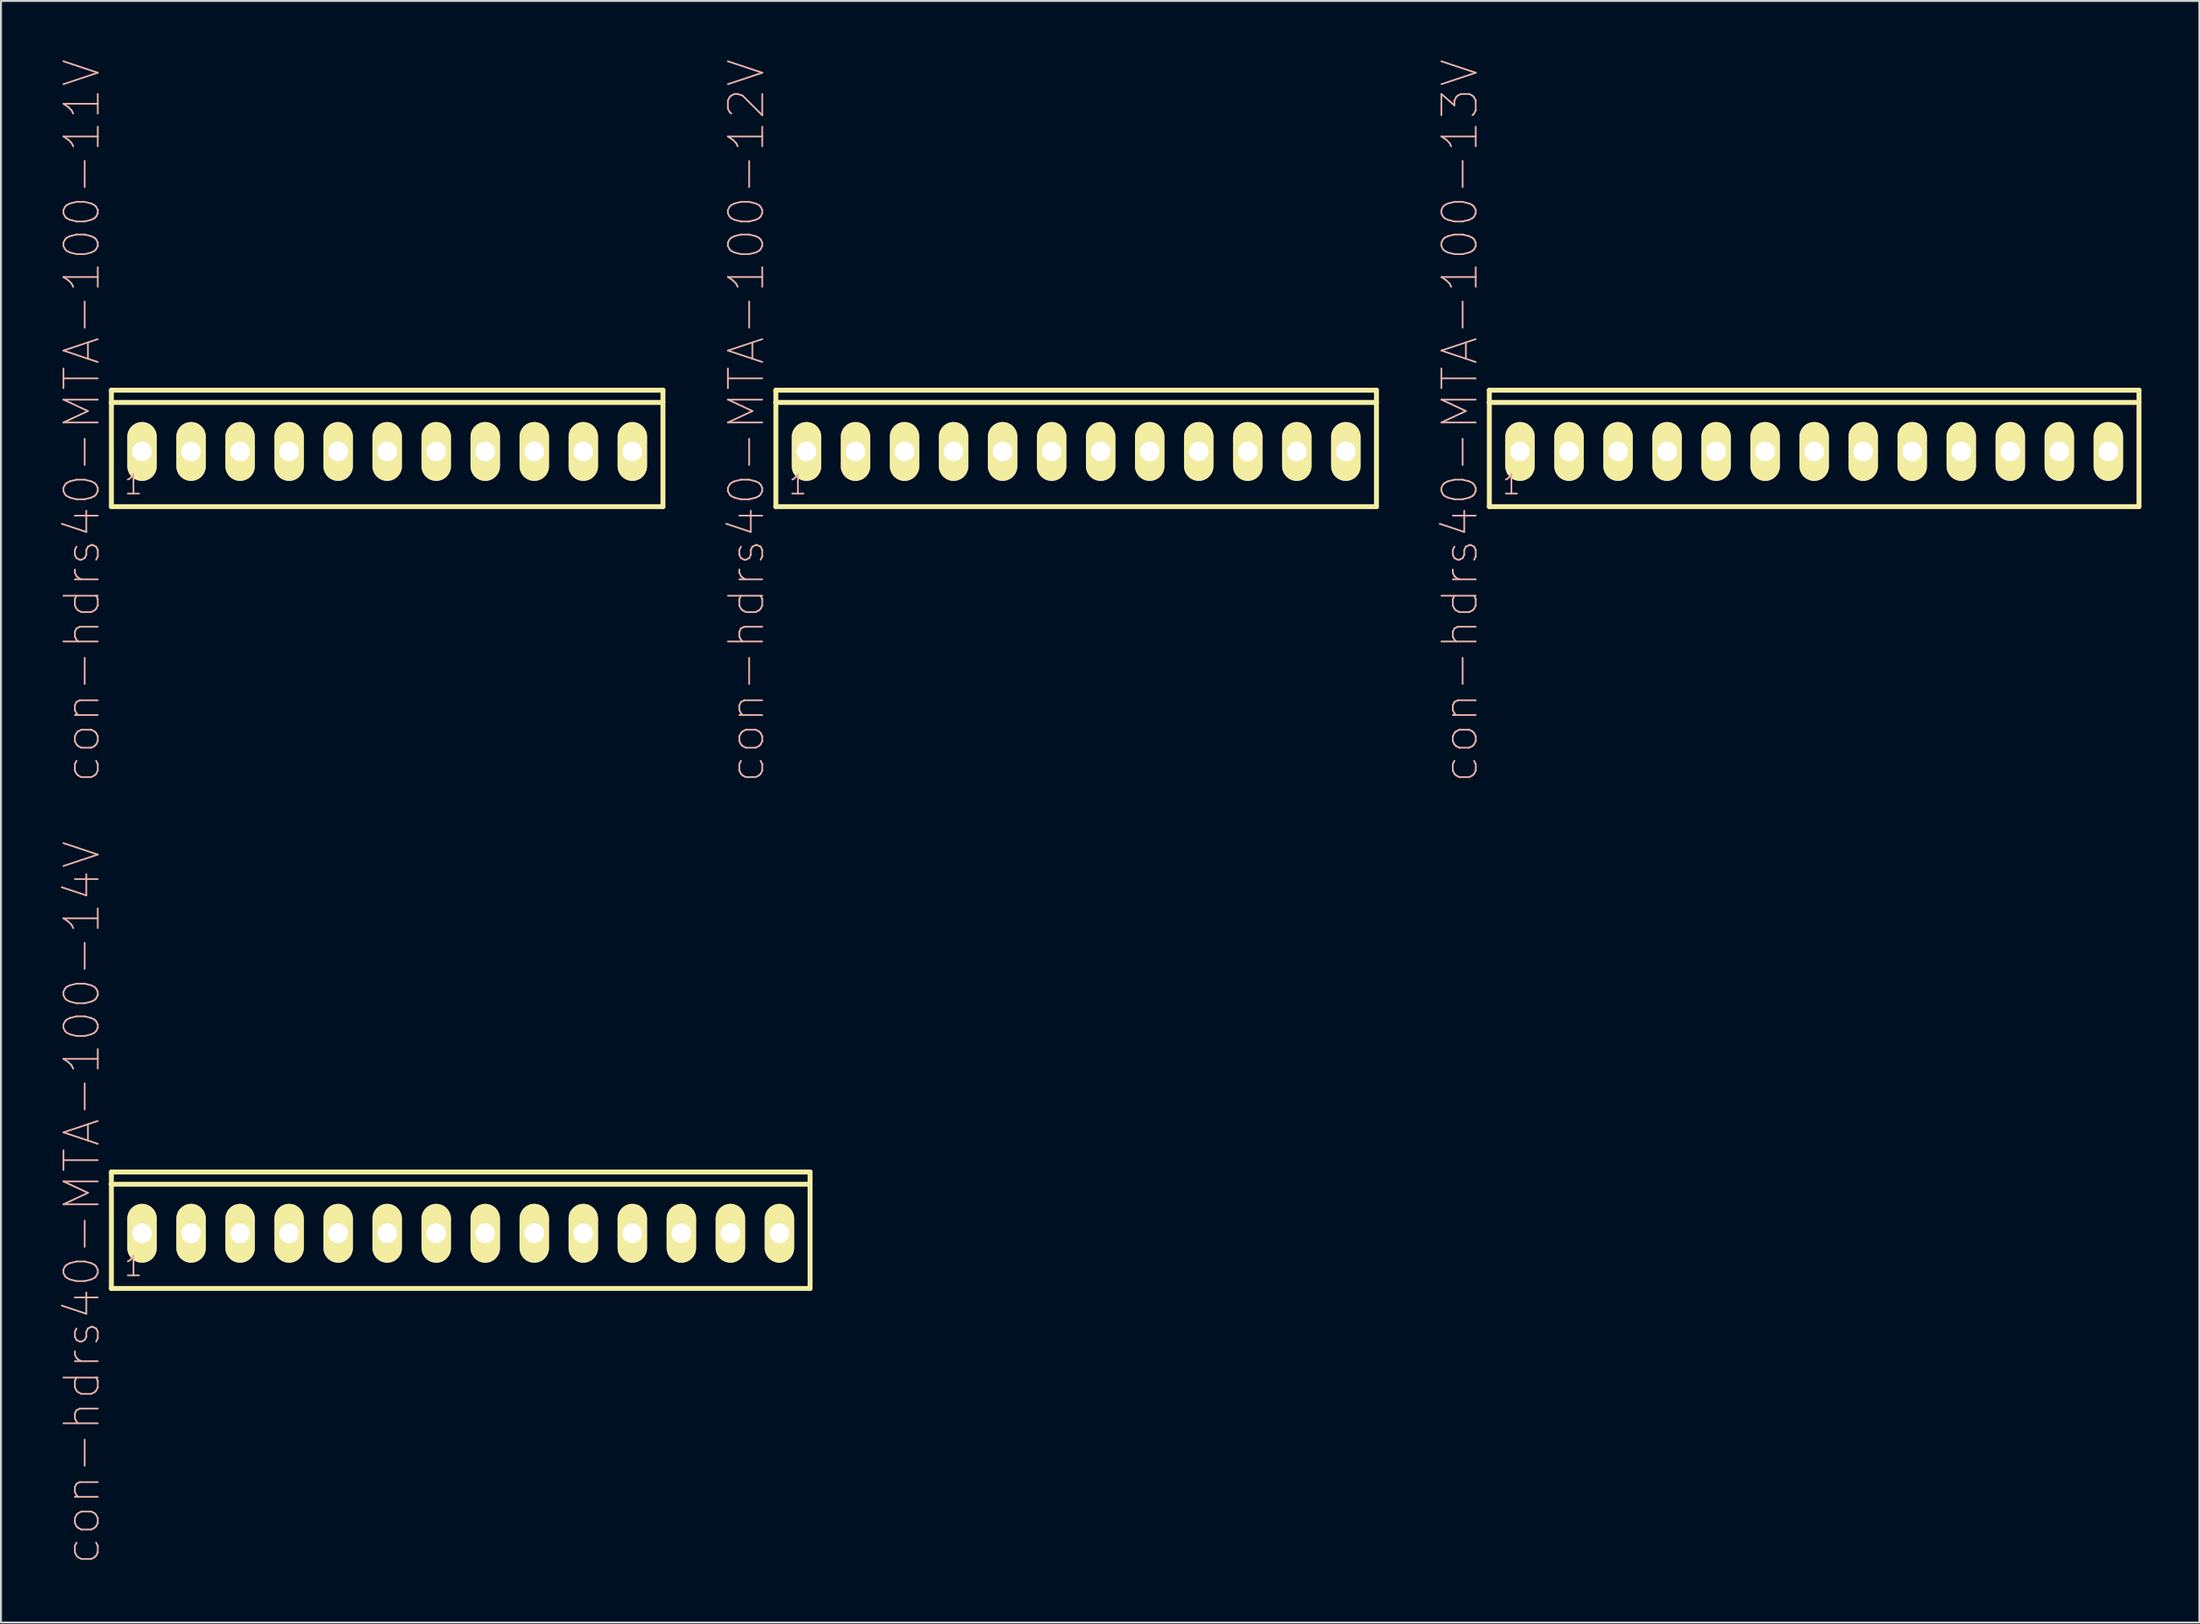
<source format=kicad_pcb>
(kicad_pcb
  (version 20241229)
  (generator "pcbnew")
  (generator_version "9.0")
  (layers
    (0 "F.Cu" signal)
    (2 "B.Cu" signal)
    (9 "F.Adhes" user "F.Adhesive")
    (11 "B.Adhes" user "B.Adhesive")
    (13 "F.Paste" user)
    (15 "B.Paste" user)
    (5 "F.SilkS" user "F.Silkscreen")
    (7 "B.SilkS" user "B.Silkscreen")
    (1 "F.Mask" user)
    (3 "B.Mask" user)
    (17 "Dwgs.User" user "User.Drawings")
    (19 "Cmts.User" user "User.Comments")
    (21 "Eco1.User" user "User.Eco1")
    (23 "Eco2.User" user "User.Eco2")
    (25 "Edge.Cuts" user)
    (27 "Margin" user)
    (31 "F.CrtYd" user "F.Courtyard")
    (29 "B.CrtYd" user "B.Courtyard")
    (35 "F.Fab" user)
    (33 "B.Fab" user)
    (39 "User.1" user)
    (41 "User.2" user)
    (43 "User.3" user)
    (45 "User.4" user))
  (footprint "con-hdrs40-MTA-100-12V"
    (layer "F.Cu")
    (at 52.7 20.339)
    (property "Reference" "con-hdrs40-MTA-100-12V" (at -17.081 -1.587 90) (layer "B.SilkS") (effects (font (size 1.778 1.778) (thickness 0.089))))
    (attr exclude_from_pos_files exclude_from_bom)
    (fp_line (start -15.557 -3.175) (end -15.557 -2.54) (stroke (width 0.254) (type solid)) (layer "F.SilkS"))
    (fp_line (start -15.557 -2.54) (end -15.557 2.857) (stroke (width 0.254) (type solid)) (layer "F.SilkS"))
    (fp_line (start -15.557 2.857) (end 15.557 2.857) (stroke (width 0.254) (type solid)) (layer "F.SilkS"))
    (fp_line (start 15.557 -3.175) (end -15.557 -3.175) (stroke (width 0.254) (type solid)) (layer "F.SilkS"))
    (fp_line (start 15.557 -2.54) (end -15.557 -2.54) (stroke (width 0.254) (type solid)) (layer "F.SilkS"))
    (fp_line (start 15.557 -2.54) (end 15.557 -3.175) (stroke (width 0.254) (type solid)) (layer "F.SilkS"))
    (fp_line (start 15.557 2.857) (end 15.557 -2.54) (stroke (width 0.254) (type solid)) (layer "F.SilkS"))
    (fp_text user "1" (at -14.415 1.714 0) (layer "B.SilkS") (effects (font (size 1.016 1.016) (thickness 0.089))))
    (pad "1" thru_hole oval (at -13.97 0) (size 1.524 3.048) (drill 1.016) (layers "*.Cu" "F.Mask" "F.SilkS" "F.Paste"))
    (pad "2" thru_hole oval (at -11.43 0) (size 1.524 3.048) (drill 1.016) (layers "*.Cu" "F.Mask" "F.SilkS" "F.Paste"))
    (pad "3" thru_hole oval (at -8.89 0) (size 1.524 3.048) (drill 1.016) (layers "*.Cu" "F.Mask" "F.SilkS" "F.Paste"))
    (pad "4" thru_hole oval (at -6.35 0) (size 1.524 3.048) (drill 1.016) (layers "*.Cu" "F.Mask" "F.SilkS" "F.Paste"))
    (pad "5" thru_hole oval (at -3.81 0) (size 1.524 3.048) (drill 1.016) (layers "*.Cu" "F.Mask" "F.SilkS" "F.Paste"))
    (pad "6" thru_hole oval (at -1.27 0) (size 1.524 3.048) (drill 1.016) (layers "*.Cu" "F.Mask" "F.SilkS" "F.Paste"))
    (pad "7" thru_hole oval (at 1.27 0) (size 1.524 3.048) (drill 1.016) (layers "*.Cu" "F.Mask" "F.SilkS" "F.Paste"))
    (pad "8" thru_hole oval (at 3.81 0) (size 1.524 3.048) (drill 1.016) (layers "*.Cu" "F.Mask" "F.SilkS" "F.Paste"))
    (pad "9" thru_hole oval (at 6.35 0) (size 1.524 3.048) (drill 1.016) (layers "*.Cu" "F.Mask" "F.SilkS" "F.Paste"))
    (pad "10" thru_hole oval (at 8.89 0) (size 1.524 3.048) (drill 1.016) (layers "*.Cu" "F.Mask" "F.SilkS" "F.Paste"))
    (pad "11" thru_hole oval (at 11.43 0) (size 1.524 3.048) (drill 1.016) (layers "*.Cu" "F.Mask" "F.SilkS" "F.Paste"))
    (pad "12" thru_hole oval (at 13.97 0) (size 1.524 3.048) (drill 1.016) (layers "*.Cu" "F.Mask" "F.SilkS" "F.Paste")))
  (footprint "con-hdrs40-MTA-100-11V"
    (layer "F.Cu")
    (at 17.008 20.339)
    (property "Reference" "con-hdrs40-MTA-100-11V" (at -15.812 -1.587 90) (layer "B.SilkS") (effects (font (size 1.778 1.778) (thickness 0.089))))
    (attr exclude_from_pos_files exclude_from_bom)
    (fp_line (start -14.287 -3.175) (end -14.287 -2.54) (stroke (width 0.254) (type solid)) (layer "F.SilkS"))
    (fp_line (start -14.287 -2.54) (end -14.287 2.857) (stroke (width 0.254) (type solid)) (layer "F.SilkS"))
    (fp_line (start -14.287 2.857) (end 14.287 2.857) (stroke (width 0.254) (type solid)) (layer "F.SilkS"))
    (fp_line (start 14.287 -3.175) (end -14.287 -3.175) (stroke (width 0.254) (type solid)) (layer "F.SilkS"))
    (fp_line (start 14.287 -2.54) (end -14.287 -2.54) (stroke (width 0.254) (type solid)) (layer "F.SilkS"))
    (fp_line (start 14.287 -2.54) (end 14.287 -3.175) (stroke (width 0.254) (type solid)) (layer "F.SilkS"))
    (fp_line (start 14.287 2.857) (end 14.287 -2.54) (stroke (width 0.254) (type solid)) (layer "F.SilkS"))
    (fp_text user "1" (at -13.145 1.714 0) (layer "B.SilkS") (effects (font (size 1.016 1.016) (thickness 0.089))))
    (pad "1" thru_hole oval (at -12.7 0) (size 1.524 3.048) (drill 1.016) (layers "*.Cu" "F.Mask" "F.SilkS" "F.Paste"))
    (pad "2" thru_hole oval (at -10.16 0) (size 1.524 3.048) (drill 1.016) (layers "*.Cu" "F.Mask" "F.SilkS" "F.Paste"))
    (pad "3" thru_hole oval (at -7.62 0) (size 1.524 3.048) (drill 1.016) (layers "*.Cu" "F.Mask" "F.SilkS" "F.Paste"))
    (pad "4" thru_hole oval (at -5.08 0) (size 1.524 3.048) (drill 1.016) (layers "*.Cu" "F.Mask" "F.SilkS" "F.Paste"))
    (pad "5" thru_hole oval (at -2.54 0) (size 1.524 3.048) (drill 1.016) (layers "*.Cu" "F.Mask" "F.SilkS" "F.Paste"))
    (pad "6" thru_hole oval (at 0 0) (size 1.524 3.048) (drill 1.016) (layers "*.Cu" "F.Mask" "F.SilkS" "F.Paste"))
    (pad "7" thru_hole oval (at 2.54 0) (size 1.524 3.048) (drill 1.016) (layers "*.Cu" "F.Mask" "F.SilkS" "F.Paste"))
    (pad "8" thru_hole oval (at 5.08 0) (size 1.524 3.048) (drill 1.016) (layers "*.Cu" "F.Mask" "F.SilkS" "F.Paste"))
    (pad "9" thru_hole oval (at 7.62 0) (size 1.524 3.048) (drill 1.016) (layers "*.Cu" "F.Mask" "F.SilkS" "F.Paste"))
    (pad "10" thru_hole oval (at 10.16 0) (size 1.524 3.048) (drill 1.016) (layers "*.Cu" "F.Mask" "F.SilkS" "F.Paste"))
    (pad "11" thru_hole oval (at 12.7 0) (size 1.524 3.048) (drill 1.016) (layers "*.Cu" "F.Mask" "F.SilkS" "F.Paste")))
  (footprint "con-hdrs40-MTA-100-13V"
    (layer "F.Cu")
    (at 90.932 20.339)
    (property "Reference" "con-hdrs40-MTA-100-13V" (at -18.352 -1.587 90) (layer "B.SilkS") (effects (font (size 1.778 1.778) (thickness 0.089))))
    (attr exclude_from_pos_files exclude_from_bom)
    (fp_line (start -16.828 -3.175) (end -16.828 -2.54) (stroke (width 0.254) (type solid)) (layer "F.SilkS"))
    (fp_line (start -16.828 -2.54) (end -16.828 2.857) (stroke (width 0.254) (type solid)) (layer "F.SilkS"))
    (fp_line (start -16.828 2.857) (end 16.828 2.857) (stroke (width 0.254) (type solid)) (layer "F.SilkS"))
    (fp_line (start 16.828 -3.175) (end -16.828 -3.175) (stroke (width 0.254) (type solid)) (layer "F.SilkS"))
    (fp_line (start 16.828 -2.54) (end -16.828 -2.54) (stroke (width 0.254) (type solid)) (layer "F.SilkS"))
    (fp_line (start 16.828 -2.54) (end 16.828 -3.175) (stroke (width 0.254) (type solid)) (layer "F.SilkS"))
    (fp_line (start 16.828 2.857) (end 16.828 -2.54) (stroke (width 0.254) (type solid)) (layer "F.SilkS"))
    (fp_text user "1" (at -15.684 1.714 0) (layer "B.SilkS") (effects (font (size 1.016 1.016) (thickness 0.089))))
    (pad "1" thru_hole oval (at -15.24 0) (size 1.524 3.048) (drill 1.016) (layers "*.Cu" "F.Mask" "F.SilkS" "F.Paste"))
    (pad "2" thru_hole oval (at -12.7 0) (size 1.524 3.048) (drill 1.016) (layers "*.Cu" "F.Mask" "F.SilkS" "F.Paste"))
    (pad "3" thru_hole oval (at -10.16 0) (size 1.524 3.048) (drill 1.016) (layers "*.Cu" "F.Mask" "F.SilkS" "F.Paste"))
    (pad "4" thru_hole oval (at -7.62 0) (size 1.524 3.048) (drill 1.016) (layers "*.Cu" "F.Mask" "F.SilkS" "F.Paste"))
    (pad "5" thru_hole oval (at -5.08 0) (size 1.524 3.048) (drill 1.016) (layers "*.Cu" "F.Mask" "F.SilkS" "F.Paste"))
    (pad "6" thru_hole oval (at -2.54 0) (size 1.524 3.048) (drill 1.016) (layers "*.Cu" "F.Mask" "F.SilkS" "F.Paste"))
    (pad "7" thru_hole oval (at 0 0) (size 1.524 3.048) (drill 1.016) (layers "*.Cu" "F.Mask" "F.SilkS" "F.Paste"))
    (pad "8" thru_hole oval (at 2.54 0) (size 1.524 3.048) (drill 1.016) (layers "*.Cu" "F.Mask" "F.SilkS" "F.Paste"))
    (pad "9" thru_hole oval (at 5.08 0) (size 1.524 3.048) (drill 1.016) (layers "*.Cu" "F.Mask" "F.SilkS" "F.Paste"))
    (pad "10" thru_hole oval (at 7.62 0) (size 1.524 3.048) (drill 1.016) (layers "*.Cu" "F.Mask" "F.SilkS" "F.Paste"))
    (pad "11" thru_hole oval (at 10.16 0) (size 1.524 3.048) (drill 1.016) (layers "*.Cu" "F.Mask" "F.SilkS" "F.Paste"))
    (pad "12" thru_hole oval (at 12.7 0) (size 1.524 3.048) (drill 1.016) (layers "*.Cu" "F.Mask" "F.SilkS" "F.Paste"))
    (pad "13" thru_hole oval (at 15.24 0) (size 1.524 3.048) (drill 1.016) (layers "*.Cu" "F.Mask" "F.SilkS" "F.Paste")))
  (footprint "con-hdrs40-MTA-100-14V"
    (layer "F.Cu")
    (at 20.818 60.842)
    (property "Reference" "con-hdrs40-MTA-100-14V" (at -19.622 -1.587 90) (layer "B.SilkS") (effects (font (size 1.778 1.778) (thickness 0.089))))
    (attr exclude_from_pos_files exclude_from_bom)
    (fp_line (start -18.098 -3.175) (end -18.098 -2.54) (stroke (width 0.254) (type solid)) (layer "F.SilkS"))
    (fp_line (start -18.098 -2.54) (end -18.098 2.857) (stroke (width 0.254) (type solid)) (layer "F.SilkS"))
    (fp_line (start -18.098 2.857) (end 18.098 2.857) (stroke (width 0.254) (type solid)) (layer "F.SilkS"))
    (fp_line (start 18.098 -3.175) (end -18.098 -3.175) (stroke (width 0.254) (type solid)) (layer "F.SilkS"))
    (fp_line (start 18.098 -2.54) (end -18.098 -2.54) (stroke (width 0.254) (type solid)) (layer "F.SilkS"))
    (fp_line (start 18.098 -2.54) (end 18.098 -3.175) (stroke (width 0.254) (type solid)) (layer "F.SilkS"))
    (fp_line (start 18.098 2.857) (end 18.098 -2.54) (stroke (width 0.254) (type solid)) (layer "F.SilkS"))
    (fp_text user "1" (at -16.954 1.714 0) (layer "B.SilkS") (effects (font (size 1.016 1.016) (thickness 0.089))))
    (pad "1" thru_hole oval (at -16.51 0) (size 1.524 3.048) (drill 1.016) (layers "*.Cu" "F.Mask" "F.SilkS" "F.Paste"))
    (pad "2" thru_hole oval (at -13.97 0) (size 1.524 3.048) (drill 1.016) (layers "*.Cu" "F.Mask" "F.SilkS" "F.Paste"))
    (pad "3" thru_hole oval (at -11.43 0) (size 1.524 3.048) (drill 1.016) (layers "*.Cu" "F.Mask" "F.SilkS" "F.Paste"))
    (pad "4" thru_hole oval (at -8.89 0) (size 1.524 3.048) (drill 1.016) (layers "*.Cu" "F.Mask" "F.SilkS" "F.Paste"))
    (pad "5" thru_hole oval (at -6.35 0) (size 1.524 3.048) (drill 1.016) (layers "*.Cu" "F.Mask" "F.SilkS" "F.Paste"))
    (pad "6" thru_hole oval (at -3.81 0) (size 1.524 3.048) (drill 1.016) (layers "*.Cu" "F.Mask" "F.SilkS" "F.Paste"))
    (pad "7" thru_hole oval (at -1.27 0) (size 1.524 3.048) (drill 1.016) (layers "*.Cu" "F.Mask" "F.SilkS" "F.Paste"))
    (pad "8" thru_hole oval (at 1.27 0) (size 1.524 3.048) (drill 1.016) (layers "*.Cu" "F.Mask" "F.SilkS" "F.Paste"))
    (pad "9" thru_hole oval (at 3.81 0) (size 1.524 3.048) (drill 1.016) (layers "*.Cu" "F.Mask" "F.SilkS" "F.Paste"))
    (pad "10" thru_hole oval (at 6.35 0) (size 1.524 3.048) (drill 1.016) (layers "*.Cu" "F.Mask" "F.SilkS" "F.Paste"))
    (pad "11" thru_hole oval (at 8.89 0) (size 1.524 3.048) (drill 1.016) (layers "*.Cu" "F.Mask" "F.SilkS" "F.Paste"))
    (pad "12" thru_hole oval (at 11.43 0) (size 1.524 3.048) (drill 1.016) (layers "*.Cu" "F.Mask" "F.SilkS" "F.Paste"))
    (pad "13" thru_hole oval (at 13.97 0) (size 1.524 3.048) (drill 1.016) (layers "*.Cu" "F.Mask" "F.SilkS" "F.Paste"))
    (pad "14" thru_hole oval (at 16.51 0) (size 1.524 3.048) (drill 1.016) (layers "*.Cu" "F.Mask" "F.SilkS" "F.Paste")))
  (gr_rect
    (start -3 -3)
    (end 110.886 81.006)
    (stroke (width 0.1) (type default))
    (fill no)
    (layer "Edge.Cuts")))
</source>
